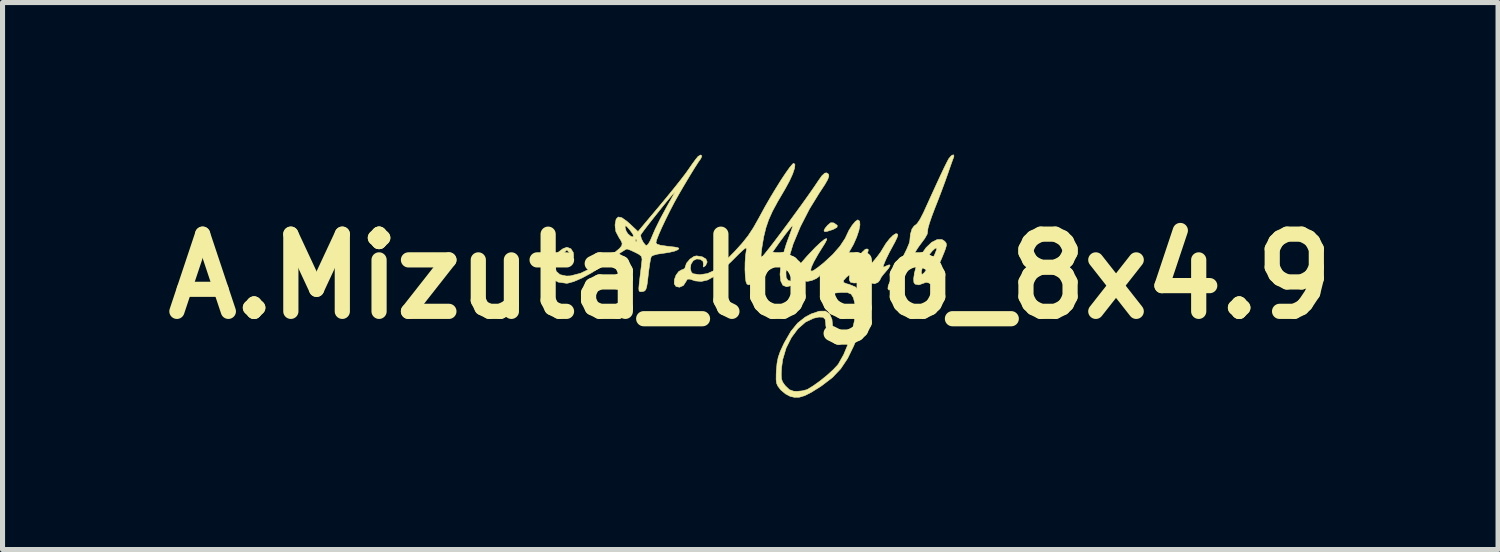
<source format=kicad_pcb>
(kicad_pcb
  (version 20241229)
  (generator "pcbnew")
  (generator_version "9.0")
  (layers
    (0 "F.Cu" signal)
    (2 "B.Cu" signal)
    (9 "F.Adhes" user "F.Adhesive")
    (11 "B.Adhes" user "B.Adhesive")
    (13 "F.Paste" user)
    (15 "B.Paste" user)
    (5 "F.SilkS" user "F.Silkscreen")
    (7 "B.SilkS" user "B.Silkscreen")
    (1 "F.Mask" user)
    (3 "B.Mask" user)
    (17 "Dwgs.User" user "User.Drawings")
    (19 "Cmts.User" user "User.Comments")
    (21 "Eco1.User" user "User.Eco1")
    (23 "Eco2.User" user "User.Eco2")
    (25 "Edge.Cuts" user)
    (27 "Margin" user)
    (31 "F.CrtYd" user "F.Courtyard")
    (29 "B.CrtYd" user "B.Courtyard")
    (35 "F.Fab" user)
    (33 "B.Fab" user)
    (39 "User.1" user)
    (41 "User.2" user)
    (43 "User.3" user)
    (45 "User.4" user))
  (footprint "A.Mizuta_logo_8x4.9"
    (layer "F.Cu")
    (at 11.764 2.408)
    (property "Reference" "A.Mizuta_logo_8x4.9" (at 0 0 0) (layer "F.SilkS") (effects (font (size 1.524 1.524) (thickness 0.3))))
    (attr through_hole)
    (fp_poly (pts (xy 1.643 -1.058) (xy 1.661 -1.049) (xy 1.718 -1.007) (xy 1.712 -0.97) (xy 1.642 -0.931) (xy 1.615 -0.921) (xy 1.519 -0.89) (xy 1.472 -0.883) (xy 1.457 -0.901) (xy 1.456 -0.908) (xy 1.477 -0.95) (xy 1.526 -1.01) (xy 1.587 -1.06) (xy 1.643 -1.058)) (stroke (width 0.01) (type solid)) (fill yes) (layer "F.SilkS"))
    (fp_poly (pts (xy 3.838 -0.695) (xy 3.867 -0.658) (xy 3.873 -0.614) (xy 3.853 -0.543) (xy 3.825 -0.47) (xy 3.776 -0.351) (xy 3.728 -0.243) (xy 3.708 -0.202) (xy 3.672 -0.096) (xy 3.658 0.012) (xy 3.642 0.103) (xy 3.601 0.15) (xy 3.547 0.144) (xy 3.53 0.13) (xy 3.472 0.115) (xy 3.426 0.132) (xy 3.327 0.167) (xy 3.255 0.152) (xy 3.23 0.12) (xy 3.225 0.044) (xy 3.24 -0.057) (xy 3.376 -0.057) (xy 3.394 -0.04) (xy 3.435 -0.073) (xy 3.474 -0.127) (xy 3.535 -0.227) (xy 3.595 -0.338) (xy 3.644 -0.442) (xy 3.676 -0.522) (xy 3.682 -0.562) (xy 3.682 -0.563) (xy 3.649 -0.554) (xy 3.593 -0.504) (xy 3.53 -0.427) (xy 3.473 -0.341) (xy 3.464 -0.324) (xy 3.411 -0.207) (xy 3.381 -0.116) (xy 3.376 -0.057) (xy 3.24 -0.057) (xy 3.242 -0.072) (xy 3.278 -0.205) (xy 3.325 -0.335) (xy 3.368 -0.423) (xy 3.472 -0.57) (xy 3.582 -0.674) (xy 3.689 -0.728) (xy 3.784 -0.729) (xy 3.838 -0.695)) (stroke (width 0.01) (type solid)) (fill yes) (layer "F.SilkS"))
    (fp_poly (pts (xy 4.022 -2.379) (xy 4.012 -2.345) (xy 3.99 -2.287) (xy 3.953 -2.183) (xy 3.909 -2.055) (xy 3.894 -2.013) (xy 3.843 -1.869) (xy 3.775 -1.686) (xy 3.701 -1.492) (xy 3.642 -1.343) (xy 3.583 -1.187) (xy 3.537 -1.052) (xy 3.508 -0.95) (xy 3.502 -0.895) (xy 3.502 -0.893) (xy 3.493 -0.836) (xy 3.444 -0.749) (xy 3.407 -0.7) (xy 3.32 -0.582) (xy 3.233 -0.447) (xy 3.2 -0.389) (xy 3.073 -0.165) (xy 2.959 0.018) (xy 2.863 0.155) (xy 2.788 0.241) (xy 2.737 0.271) (xy 2.717 0.243) (xy 2.723 0.186) (xy 2.748 0.124) (xy 2.798 0.018) (xy 2.868 -0.117) (xy 2.947 -0.263) (xy 3.025 -0.409) (xy 3.09 -0.54) (xy 3.133 -0.642) (xy 3.149 -0.698) (xy 3.149 -0.699) (xy 3.161 -0.832) (xy 3.193 -0.939) (xy 3.238 -1) (xy 3.253 -1.007) (xy 3.295 -1.044) (xy 3.353 -1.13) (xy 3.414 -1.249) (xy 3.422 -1.265) (xy 3.558 -1.564) (xy 3.669 -1.807) (xy 3.757 -1.997) (xy 3.825 -2.141) (xy 3.875 -2.242) (xy 3.909 -2.307) (xy 3.921 -2.328) (xy 3.97 -2.385) (xy 4.009 -2.403) (xy 4.022 -2.379)) (stroke (width 0.01) (type solid)) (fill yes) (layer "F.SilkS"))
    (fp_poly (pts (xy 0.882 -2.208) (xy 0.873 -2.134) (xy 0.836 -2.023) (xy 0.773 -1.885) (xy 0.689 -1.73) (xy 0.674 -1.705) (xy 0.54 -1.477) (xy 0.438 -1.288) (xy 0.363 -1.121) (xy 0.308 -0.959) (xy 0.266 -0.787) (xy 0.232 -0.587) (xy 0.222 -0.516) (xy 0.213 -0.429) (xy 0.215 -0.378) (xy 0.218 -0.373) (xy 0.246 -0.399) (xy 0.306 -0.472) (xy 0.394 -0.583) (xy 0.502 -0.724) (xy 0.625 -0.887) (xy 0.756 -1.063) (xy 0.888 -1.244) (xy 1.017 -1.421) (xy 1.135 -1.586) (xy 1.236 -1.73) (xy 1.315 -1.846) (xy 1.334 -1.875) (xy 1.413 -1.987) (xy 1.471 -2.04) (xy 1.506 -2.045) (xy 1.543 -2.021) (xy 1.552 -1.982) (xy 1.53 -1.917) (xy 1.474 -1.818) (xy 1.38 -1.675) (xy 1.372 -1.664) (xy 1.167 -1.331) (xy 0.989 -0.984) (xy 0.846 -0.641) (xy 0.747 -0.318) (xy 0.729 -0.242) (xy 0.704 -0.083) (xy 0.708 0.022) (xy 0.745 0.079) (xy 0.818 0.098) (xy 0.867 0.095) (xy 0.944 0.088) (xy 0.981 0.09) (xy 0.982 0.091) (xy 0.954 0.116) (xy 0.886 0.15) (xy 0.803 0.182) (xy 0.732 0.201) (xy 0.712 0.203) (xy 0.643 0.174) (xy 0.601 0.09) (xy 0.587 -0.04) (xy 0.601 -0.209) (xy 0.641 -0.409) (xy 0.709 -0.633) (xy 0.748 -0.741) (xy 0.792 -0.86) (xy 0.824 -0.951) (xy 0.838 -0.999) (xy 0.837 -1.003) (xy 0.813 -0.983) (xy 0.759 -0.918) (xy 0.682 -0.819) (xy 0.591 -0.695) (xy 0.494 -0.558) (xy 0.397 -0.419) (xy 0.31 -0.289) (xy 0.239 -0.178) (xy 0.192 -0.097) (xy 0.19 -0.093) (xy 0.102 0.059) (xy 0.028 0.146) (xy -0.035 0.167) (xy -0.068 0.148) (xy -0.087 0.096) (xy -0.099 -0.005) (xy -0.105 -0.135) (xy -0.103 -0.276) (xy -0.094 -0.41) (xy -0.083 -0.488) (xy -0.075 -0.536) (xy -0.078 -0.561) (xy -0.1 -0.557) (xy -0.146 -0.52) (xy -0.225 -0.446) (xy -0.342 -0.329) (xy -0.377 -0.294) (xy -0.559 -0.122) (xy -0.712 -0.002) (xy -0.845 0.071) (xy -0.967 0.099) (xy -1.089 0.088) (xy -1.191 0.053) (xy -1.243 0.054) (xy -1.269 0.099) (xy -1.321 0.179) (xy -1.398 0.213) (xy -1.466 0.199) (xy -1.502 0.145) (xy -1.499 0.064) (xy -1.467 -0.024) (xy -1.413 -0.097) (xy -1.347 -0.134) (xy -1.332 -0.135) (xy -1.291 -0.162) (xy -1.287 -0.182) (xy -1.259 -0.262) (xy -1.192 -0.341) (xy -1.11 -0.396) (xy -1.062 -0.406) (xy -0.951 -0.389) (xy -0.877 -0.345) (xy -0.851 -0.285) (xy -0.88 -0.22) (xy -0.895 -0.205) (xy -0.929 -0.186) (xy -0.929 -0.22) (xy -0.925 -0.235) (xy -0.934 -0.3) (xy -0.987 -0.339) (xy -1.06 -0.345) (xy -1.126 -0.313) (xy -1.171 -0.243) (xy -1.184 -0.158) (xy -1.165 -0.085) (xy -1.132 -0.054) (xy -0.997 -0.034) (xy -0.846 -0.057) (xy -0.719 -0.114) (xy -0.645 -0.17) (xy -0.541 -0.263) (xy -0.419 -0.38) (xy -0.305 -0.496) (xy -0.16 -0.656) (xy -0.043 -0.803) (xy 0.061 -0.961) (xy 0.17 -1.154) (xy 0.195 -1.2) (xy 0.292 -1.378) (xy 0.397 -1.56) (xy 0.505 -1.739) (xy 0.608 -1.904) (xy 0.702 -2.045) (xy 0.779 -2.153) (xy 0.835 -2.219) (xy 0.858 -2.235) (xy 0.882 -2.208)) (stroke (width 0.01) (type solid)) (fill yes) (layer "F.SilkS"))
    (fp_poly (pts (xy -0.956 -2.379) (xy -0.978 -2.325) (xy -0.981 -2.322) (xy -1.028 -2.255) (xy -1.104 -2.137) (xy -1.203 -1.975) (xy -1.321 -1.777) (xy -1.419 -1.609) (xy -1.501 -1.462) (xy -1.587 -1.297) (xy -1.67 -1.129) (xy -1.746 -0.969) (xy -1.807 -0.83) (xy -1.848 -0.725) (xy -1.863 -0.667) (xy -1.842 -0.638) (xy -1.774 -0.616) (xy -1.65 -0.598) (xy -1.617 -0.594) (xy -1.493 -0.58) (xy -1.427 -0.567) (xy -1.409 -0.551) (xy -1.429 -0.528) (xy -1.432 -0.526) (xy -1.497 -0.499) (xy -1.604 -0.474) (xy -1.711 -0.458) (xy -1.828 -0.441) (xy -1.916 -0.417) (xy -1.954 -0.395) (xy -1.969 -0.346) (xy -1.986 -0.246) (xy -2.005 -0.113) (xy -2.014 -0.034) (xy -2.031 0.116) (xy -2.047 0.211) (xy -2.066 0.264) (xy -2.092 0.289) (xy -2.13 0.299) (xy -2.13 0.299) (xy -2.175 0.302) (xy -2.197 0.285) (xy -2.201 0.233) (xy -2.192 0.13) (xy -2.19 0.113) (xy -2.173 -0.031) (xy -2.155 -0.177) (xy -2.147 -0.243) (xy -2.137 -0.34) (xy -2.148 -0.395) (xy -2.196 -0.435) (xy -2.264 -0.471) (xy -2.355 -0.514) (xy -2.423 -0.539) (xy -2.439 -0.542) (xy -2.479 -0.522) (xy -2.56 -0.47) (xy -2.669 -0.392) (xy -2.77 -0.317) (xy -2.959 -0.182) (xy -3.149 -0.063) (xy -3.328 0.033) (xy -3.485 0.101) (xy -3.605 0.134) (xy -3.632 0.135) (xy -3.793 0.112) (xy -3.908 0.047) (xy -3.972 -0.053) (xy -3.978 -0.18) (xy -3.943 -0.288) (xy -3.88 -0.386) (xy -3.792 -0.478) (xy -3.7 -0.547) (xy -3.622 -0.576) (xy -3.619 -0.576) (xy -3.542 -0.546) (xy -3.495 -0.472) (xy -3.489 -0.425) (xy -3.493 -0.382) (xy -3.512 -0.388) (xy -3.555 -0.44) (xy -3.62 -0.525) (xy -3.722 -0.427) (xy -3.818 -0.306) (xy -3.853 -0.194) (xy -3.831 -0.1) (xy -3.756 -0.035) (xy -3.632 -0.008) (xy -3.55 -0.011) (xy -3.353 -0.062) (xy -3.124 -0.17) (xy -2.867 -0.333) (xy -2.806 -0.377) (xy -2.671 -0.478) (xy -2.584 -0.55) (xy -2.539 -0.604) (xy -2.53 -0.652) (xy -2.551 -0.704) (xy -2.556 -0.711) (xy -2.269 -0.711) (xy -2.257 -0.683) (xy -2.246 -0.689) (xy -2.242 -0.729) (xy -2.246 -0.734) (xy -2.267 -0.729) (xy -2.269 -0.711) (xy -2.556 -0.711) (xy -2.591 -0.766) (xy -2.654 -0.885) (xy -2.665 -0.968) (xy -2.472 -0.968) (xy -2.45 -0.892) (xy -2.416 -0.841) (xy -2.357 -0.791) (xy -2.315 -0.781) (xy -2.304 -0.804) (xy -2.309 -0.814) (xy -2.167 -0.814) (xy -2.151 -0.746) (xy -2.113 -0.672) (xy -2.069 -0.619) (xy -2.048 -0.61) (xy -2.014 -0.639) (xy -1.972 -0.713) (xy -1.948 -0.77) (xy -1.879 -0.931) (xy -1.774 -1.144) (xy -1.633 -1.404) (xy -1.565 -1.524) (xy -1.52 -1.606) (xy -1.496 -1.654) (xy -1.497 -1.659) (xy -1.538 -1.615) (xy -1.608 -1.531) (xy -1.699 -1.421) (xy -1.8 -1.295) (xy -1.904 -1.164) (xy -2.002 -1.04) (xy -2.084 -0.933) (xy -2.142 -0.854) (xy -2.167 -0.816) (xy -2.167 -0.814) (xy -2.309 -0.814) (xy -2.325 -0.845) (xy -2.374 -0.913) (xy -2.389 -0.931) (xy -2.442 -0.991) (xy -2.467 -1.001) (xy -2.472 -0.968) (xy -2.665 -0.968) (xy -2.67 -1.003) (xy -2.669 -1.031) (xy -2.649 -1.131) (xy -2.607 -1.174) (xy -2.537 -1.16) (xy -2.437 -1.089) (xy -2.379 -1.038) (xy -2.217 -0.886) (xy -1.785 -1.4) (xy -1.641 -1.574) (xy -1.502 -1.745) (xy -1.378 -1.901) (xy -1.279 -2.03) (xy -1.217 -2.117) (xy -1.142 -2.225) (xy -1.076 -2.315) (xy -1.032 -2.368) (xy -1.032 -2.369) (xy -0.98 -2.399) (xy -0.956 -2.379)) (stroke (width 0.01) (type solid)) (fill yes) (layer "F.SilkS"))
    (fp_poly (pts (xy 2.16 -1.09) (xy 2.165 -1.016) (xy 2.144 -0.907) (xy 2.1 -0.776) (xy 2.037 -0.633) (xy 1.957 -0.493) (xy 1.935 -0.458) (xy 1.876 -0.367) (xy 1.838 -0.297) (xy 1.829 -0.272) (xy 1.858 -0.253) (xy 1.931 -0.247) (xy 1.944 -0.248) (xy 2.023 -0.262) (xy 2.084 -0.306) (xy 2.149 -0.396) (xy 2.15 -0.398) (xy 2.212 -0.481) (xy 2.267 -0.533) (xy 2.289 -0.542) (xy 2.319 -0.54) (xy 2.331 -0.526) (xy 2.322 -0.487) (xy 2.288 -0.412) (xy 2.228 -0.29) (xy 2.179 -0.179) (xy 2.15 -0.092) (xy 2.146 -0.045) (xy 2.147 -0.043) (xy 2.181 -0.053) (xy 2.245 -0.104) (xy 2.328 -0.185) (xy 2.418 -0.283) (xy 2.504 -0.386) (xy 2.575 -0.482) (xy 2.607 -0.535) (xy 2.676 -0.648) (xy 2.75 -0.743) (xy 2.82 -0.812) (xy 2.876 -0.846) (xy 2.908 -0.836) (xy 2.913 -0.812) (xy 2.897 -0.766) (xy 2.857 -0.682) (xy 2.813 -0.601) (xy 2.747 -0.478) (xy 2.686 -0.355) (xy 2.659 -0.294) (xy 2.627 -0.214) (xy 2.623 -0.183) (xy 2.651 -0.19) (xy 2.677 -0.204) (xy 2.744 -0.231) (xy 2.761 -0.215) (xy 2.728 -0.158) (xy 2.677 -0.098) (xy 2.615 -0.025) (xy 2.578 0.027) (xy 2.574 0.039) (xy 2.553 0.079) (xy 2.521 0.116) (xy 2.454 0.145) (xy 2.385 0.128) (xy 2.341 0.075) (xy 2.337 0.049) (xy 2.326 0.023) (xy 2.285 0.038) (xy 2.24 0.069) (xy 2.125 0.124) (xy 2.045 0.13) (xy 1.976 0.112) (xy 1.955 0.068) (xy 1.956 0.037) (xy 1.96 -0.02) (xy 1.94 -0.02) (xy 1.897 0.016) (xy 1.84 0.08) (xy 1.843 0.12) (xy 1.91 0.147) (xy 1.944 0.154) (xy 2.079 0.21) (xy 2.173 0.315) (xy 2.225 0.466) (xy 2.234 0.659) (xy 2.202 0.889) (xy 2.126 1.154) (xy 2.043 1.369) (xy 1.92 1.621) (xy 1.784 1.824) (xy 1.62 1.997) (xy 1.412 2.156) (xy 1.373 2.182) (xy 1.206 2.287) (xy 1.076 2.353) (xy 0.97 2.385) (xy 0.874 2.387) (xy 0.79 2.369) (xy 0.698 2.321) (xy 0.606 2.244) (xy 0.592 2.228) (xy 0.546 2.168) (xy 0.52 2.112) (xy 0.51 2.039) (xy 0.511 1.929) (xy 0.515 1.854) (xy 0.528 1.713) (xy 0.551 1.597) (xy 0.592 1.48) (xy 0.658 1.338) (xy 0.676 1.302) (xy 0.802 1.084) (xy 0.935 0.921) (xy 1.086 0.802) (xy 1.2 0.741) (xy 1.361 0.686) (xy 1.483 0.684) (xy 1.566 0.739) (xy 1.613 0.849) (xy 1.626 0.993) (xy 1.62 1.097) (xy 1.607 1.167) (xy 1.593 1.185) (xy 1.547 1.155) (xy 1.51 1.076) (xy 1.491 0.97) (xy 1.49 0.937) (xy 1.479 0.849) (xy 1.438 0.806) (xy 1.356 0.802) (xy 1.254 0.824) (xy 1.092 0.9) (xy 0.941 1.032) (xy 0.811 1.207) (xy 0.707 1.414) (xy 0.64 1.641) (xy 0.617 1.806) (xy 0.611 1.936) (xy 0.616 2.021) (xy 0.637 2.083) (xy 0.678 2.142) (xy 0.693 2.16) (xy 0.77 2.235) (xy 0.852 2.265) (xy 0.92 2.269) (xy 1.027 2.259) (xy 1.118 2.235) (xy 1.128 2.23) (xy 1.245 2.159) (xy 1.381 2.061) (xy 1.517 1.951) (xy 1.636 1.843) (xy 1.722 1.752) (xy 1.74 1.728) (xy 1.845 1.541) (xy 1.935 1.324) (xy 2.007 1.096) (xy 2.056 0.874) (xy 2.075 0.677) (xy 2.066 0.544) (xy 2.036 0.421) (xy 1.991 0.349) (xy 1.916 0.317) (xy 1.797 0.316) (xy 1.732 0.322) (xy 1.514 0.345) (xy 1.535 0.239) (xy 1.538 0.137) (xy 1.516 0.068) (xy 1.495 0.01) (xy 1.509 -0.061) (xy 1.535 -0.121) (xy 1.57 -0.201) (xy 1.585 -0.25) (xy 1.585 -0.255) (xy 1.553 -0.245) (xy 1.499 -0.2) (xy 1.44 -0.139) (xy 1.395 -0.08) (xy 1.38 -0.042) (xy 1.362 -0.002) (xy 1.301 0.042) (xy 1.218 0.078) (xy 1.136 0.096) (xy 1.107 0.095) (xy 1.059 0.078) (xy 1.041 0.033) (xy 1.043 -0.044) (xy 1.047 -0.125) (xy 1.034 -0.152) (xy 0.997 -0.137) (xy 0.985 -0.13) (xy 0.919 -0.096) (xy 0.899 -0.108) (xy 0.924 -0.161) (xy 0.994 -0.254) (xy 1.106 -0.383) (xy 1.156 -0.438) (xy 1.284 -0.572) (xy 1.388 -0.67) (xy 1.463 -0.731) (xy 1.505 -0.75) (xy 1.51 -0.726) (xy 1.474 -0.656) (xy 1.468 -0.647) (xy 1.341 -0.443) (xy 1.254 -0.289) (xy 1.205 -0.183) (xy 1.192 -0.122) (xy 1.214 -0.102) (xy 1.215 -0.102) (xy 1.256 -0.122) (xy 1.333 -0.176) (xy 1.431 -0.253) (xy 1.456 -0.274) (xy 1.629 -0.434) (xy 1.772 -0.598) (xy 1.873 -0.751) (xy 1.902 -0.813) (xy 1.95 -0.914) (xy 2.012 -1.011) (xy 2.074 -1.085) (xy 2.122 -1.117) (xy 2.125 -1.117) (xy 2.16 -1.09)) (stroke (width 0.01) (type solid)) (fill yes) (layer "F.SilkS")))
  (gr_rect
    (start -3 -3)
    (end 26.528 7.8)
    (stroke (width 0.1) (type default))
    (fill no)
    (layer "Edge.Cuts")))
</source>
